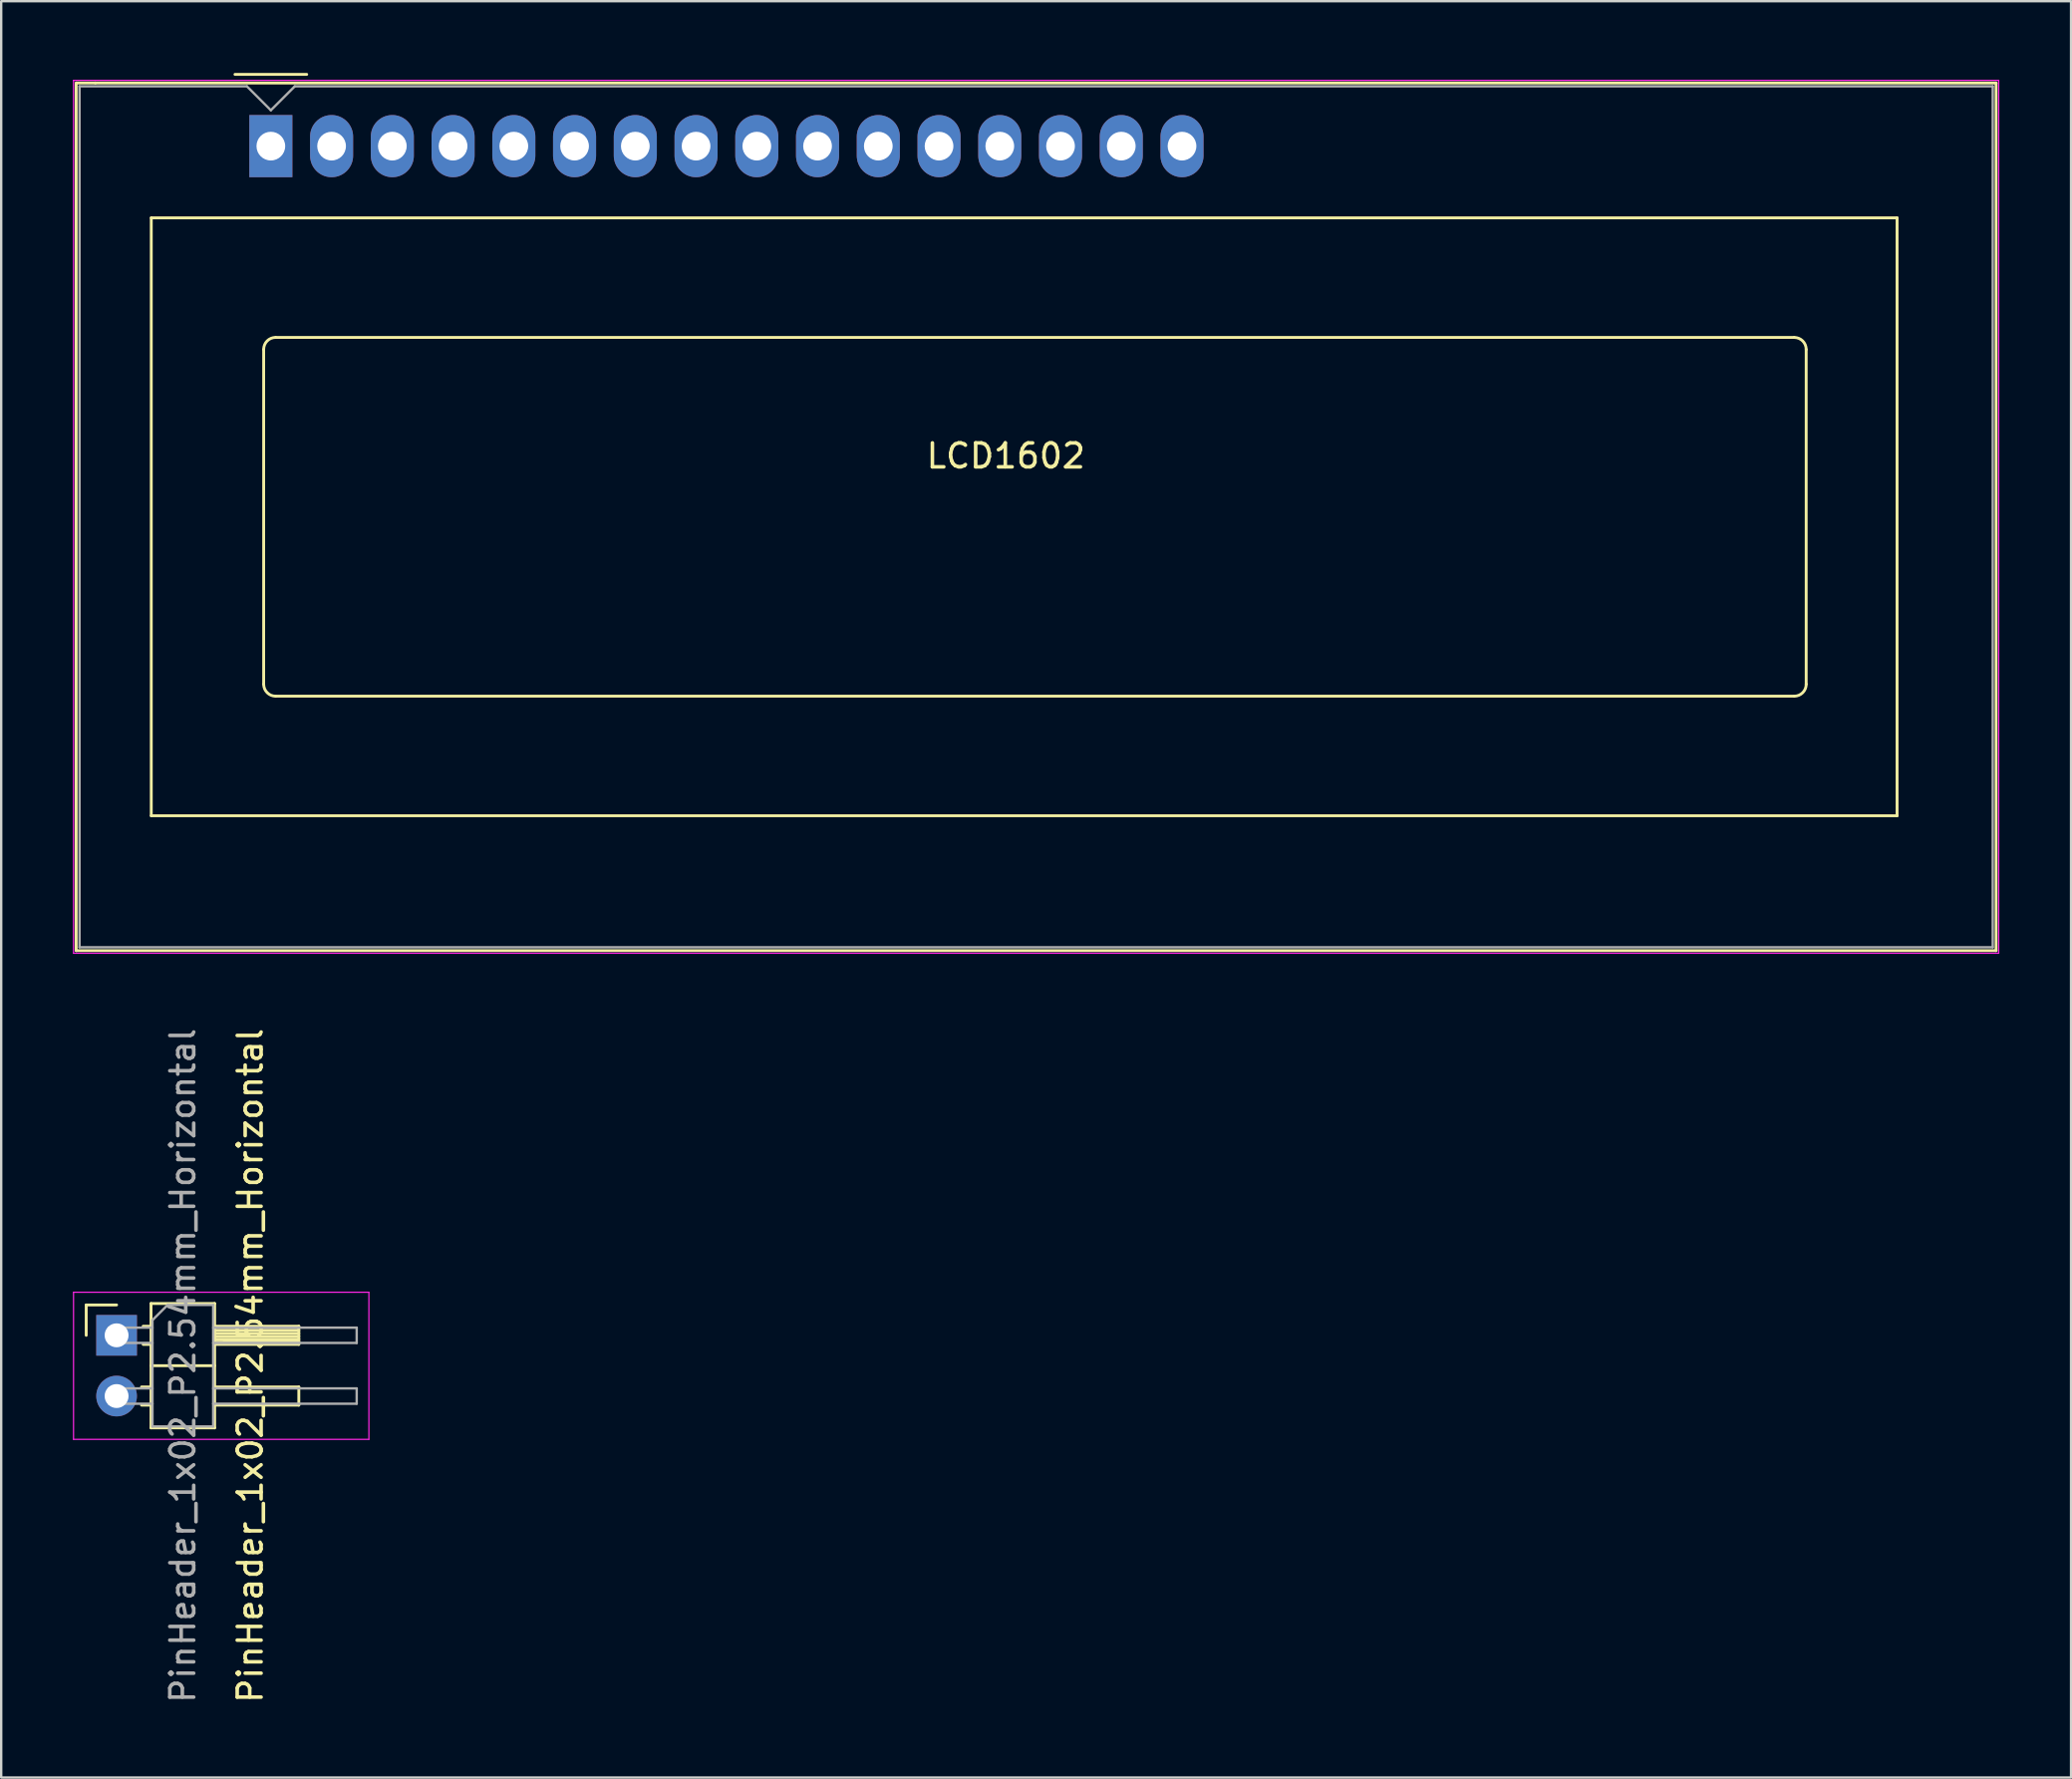
<source format=kicad_pcb>
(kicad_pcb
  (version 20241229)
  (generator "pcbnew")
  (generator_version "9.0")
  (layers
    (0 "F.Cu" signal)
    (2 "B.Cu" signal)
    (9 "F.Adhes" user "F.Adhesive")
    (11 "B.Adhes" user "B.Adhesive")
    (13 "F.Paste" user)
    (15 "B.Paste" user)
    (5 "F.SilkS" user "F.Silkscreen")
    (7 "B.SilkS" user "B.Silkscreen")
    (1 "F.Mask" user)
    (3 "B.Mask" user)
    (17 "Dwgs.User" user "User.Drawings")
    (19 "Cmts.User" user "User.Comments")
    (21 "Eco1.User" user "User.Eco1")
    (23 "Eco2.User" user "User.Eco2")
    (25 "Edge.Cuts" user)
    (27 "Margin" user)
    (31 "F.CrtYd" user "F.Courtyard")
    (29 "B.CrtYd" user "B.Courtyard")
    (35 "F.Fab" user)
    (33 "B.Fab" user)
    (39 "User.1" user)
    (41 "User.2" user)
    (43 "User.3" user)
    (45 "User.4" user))
  (footprint "LCD1602"
    (layer "F.Cu")
    (at 8.275 3.06)
    (property "Reference" "LCD1602" (at 30.734 12.954 0) (layer "F.SilkS") (effects (font (size 1 1) (thickness 0.15))))
    (attr through_hole)
    (fp_line (start -8.14 -2.64) (end -8.14 33.64) (stroke (width 0.12) (type solid)) (layer "F.SilkS"))
    (fp_line (start -8.14 33.64) (end 72.14 33.64) (stroke (width 0.12) (type solid)) (layer "F.SilkS"))
    (fp_line (start -8.13 -2.64) (end -7.34 -2.64) (stroke (width 0.12) (type solid)) (layer "F.SilkS"))
    (fp_line (start -5 3) (end 68 3) (stroke (width 0.12) (type solid)) (layer "F.SilkS"))
    (fp_line (start -5 28) (end -5 3) (stroke (width 0.12) (type solid)) (layer "F.SilkS"))
    (fp_line (start -1.5 -3) (end 1.5 -3) (stroke (width 0.12) (type solid)) (layer "F.SilkS"))
    (fp_line (start -0.3 22.499) (end -0.3 8.5) (stroke (width 0.12) (type solid)) (layer "F.SilkS"))
    (fp_line (start 0.2 8) (end 63.7 8) (stroke (width 0.12) (type solid)) (layer "F.SilkS"))
    (fp_line (start 63.701 23) (end 0.2 23) (stroke (width 0.12) (type solid)) (layer "F.SilkS"))
    (fp_line (start 64.2 8.5) (end 64.2 22.5) (stroke (width 0.12) (type solid)) (layer "F.SilkS"))
    (fp_line (start 68 3) (end 68 28) (stroke (width 0.12) (type solid)) (layer "F.SilkS"))
    (fp_line (start 68 28) (end -5 28) (stroke (width 0.12) (type solid)) (layer "F.SilkS"))
    (fp_line (start 72.14 -2.64) (end -7.34 -2.64) (stroke (width 0.12) (type solid)) (layer "F.SilkS"))
    (fp_line (start 72.14 33.64) (end 72.14 -2.64) (stroke (width 0.12) (type solid)) (layer "F.SilkS"))
    (fp_arc (start -0.29972 8.49884) (mid -0.153162 8.145018) (end 0.20066 7.99846) (stroke (width 0.12) (type solid)) (layer "F.SilkS"))
    (fp_arc (start 0.20066 22.9997) (mid -0.153162 22.853142) (end -0.29972 22.49932) (stroke (width 0.12) (type solid)) (layer "F.SilkS"))
    (fp_arc (start 63.7 8) (mid 64.053553 8.146447) (end 64.2 8.5) (stroke (width 0.12) (type solid)) (layer "F.SilkS"))
    (fp_arc (start 64.20104 22.49932) (mid 64.054482 22.853142) (end 63.70066 22.9997) (stroke (width 0.12) (type solid)) (layer "F.SilkS"))
    (fp_line (start -8.25 -2.75) (end -8.25 33.75) (stroke (width 0.05) (type solid)) (layer "F.CrtYd"))
    (fp_line (start -8.25 -2.75) (end 72.25 -2.75) (stroke (width 0.05) (type solid)) (layer "F.CrtYd"))
    (fp_line (start -8.25 33.75) (end 72.25 33.75) (stroke (width 0.05) (type solid)) (layer "F.CrtYd"))
    (fp_line (start 72.25 -2.75) (end 72.25 33.75) (stroke (width 0.05) (type solid)) (layer "F.CrtYd"))
    (fp_line (start -8 33.5) (end -8 -2.5) (stroke (width 0.1) (type solid)) (layer "F.Fab"))
    (fp_line (start -1 -2.5) (end -8 -2.5) (stroke (width 0.1) (type solid)) (layer "F.Fab"))
    (fp_line (start 0 -1.5) (end -1 -2.5) (stroke (width 0.1) (type solid)) (layer "F.Fab"))
    (fp_line (start 1 -2.5) (end 0 -1.5) (stroke (width 0.1) (type solid)) (layer "F.Fab"))
    (fp_line (start 1 -2.5) (end 72 -2.5) (stroke (width 0.1) (type solid)) (layer "F.Fab"))
    (fp_line (start 72 -2.5) (end 72 33.5) (stroke (width 0.1) (type solid)) (layer "F.Fab"))
    (fp_line (start 72 33.5) (end -8 33.5) (stroke (width 0.1) (type solid)) (layer "F.Fab"))
    (pad "1" thru_hole rect (at 0 0) (size 1.8 2.6) (drill 1.2) (layers "*.Cu" "*.Mask"))
    (pad "2" thru_hole oval (at 2.54 0) (size 1.8 2.6) (drill 1.2) (layers "*.Cu" "*.Mask"))
    (pad "3" thru_hole oval (at 5.08 0) (size 1.8 2.6) (drill 1.2) (layers "*.Cu" "*.Mask"))
    (pad "4" thru_hole oval (at 7.62 0) (size 1.8 2.6) (drill 1.2) (layers "*.Cu" "*.Mask"))
    (pad "5" thru_hole oval (at 10.16 0) (size 1.8 2.6) (drill 1.2) (layers "*.Cu" "*.Mask"))
    (pad "6" thru_hole oval (at 12.7 0) (size 1.8 2.6) (drill 1.2) (layers "*.Cu" "*.Mask"))
    (pad "7" thru_hole oval (at 15.24 0) (size 1.8 2.6) (drill 1.2) (layers "*.Cu" "*.Mask"))
    (pad "8" thru_hole oval (at 17.78 0) (size 1.8 2.6) (drill 1.2) (layers "*.Cu" "*.Mask"))
    (pad "9" thru_hole oval (at 20.32 0) (size 1.8 2.6) (drill 1.2) (layers "*.Cu" "*.Mask"))
    (pad "10" thru_hole oval (at 22.86 0) (size 1.8 2.6) (drill 1.2) (layers "*.Cu" "*.Mask"))
    (pad "11" thru_hole oval (at 25.4 0) (size 1.8 2.6) (drill 1.2) (layers "*.Cu" "*.Mask"))
    (pad "12" thru_hole oval (at 27.94 0) (size 1.8 2.6) (drill 1.2) (layers "*.Cu" "*.Mask"))
    (pad "13" thru_hole oval (at 30.48 0) (size 1.8 2.6) (drill 1.2) (layers "*.Cu" "*.Mask"))
    (pad "14" thru_hole oval (at 33.02 0) (size 1.8 2.6) (drill 1.2) (layers "*.Cu" "*.Mask"))
    (pad "15" thru_hole oval (at 35.56 0) (size 1.8 2.6) (drill 1.2) (layers "*.Cu" "*.Mask"))
    (pad "16" thru_hole oval (at 38.1 0) (size 1.8 2.6) (drill 1.2) (layers "*.Cu" "*.Mask")))
  (footprint "PinHeader_1x02_P2.54mm_Horizontal"
    (layer "F.Cu")
    (at 1.825 52.785)
    (property "Reference" "PinHeader_1x02_P2.54mm_Horizontal" (at 5.588 1.27 270) (layer "F.SilkS") (effects (font (size 1 1) (thickness 0.15))))
    (attr through_hole)
    (fp_line (start -1.27 -1.27) (end 0 -1.27) (stroke (width 0.12) (type solid)) (layer "F.SilkS"))
    (fp_line (start -1.27 0) (end -1.27 -1.27) (stroke (width 0.12) (type solid)) (layer "F.SilkS"))
    (fp_line (start 1.043 2.16) (end 1.44 2.16) (stroke (width 0.12) (type solid)) (layer "F.SilkS"))
    (fp_line (start 1.043 2.92) (end 1.44 2.92) (stroke (width 0.12) (type solid)) (layer "F.SilkS"))
    (fp_line (start 1.11 -0.38) (end 1.44 -0.38) (stroke (width 0.12) (type solid)) (layer "F.SilkS"))
    (fp_line (start 1.11 0.38) (end 1.44 0.38) (stroke (width 0.12) (type solid)) (layer "F.SilkS"))
    (fp_line (start 1.44 -1.33) (end 1.44 3.87) (stroke (width 0.12) (type solid)) (layer "F.SilkS"))
    (fp_line (start 1.44 1.27) (end 4.1 1.27) (stroke (width 0.12) (type solid)) (layer "F.SilkS"))
    (fp_line (start 1.44 3.87) (end 4.1 3.87) (stroke (width 0.12) (type solid)) (layer "F.SilkS"))
    (fp_line (start 4.1 -1.33) (end 1.44 -1.33) (stroke (width 0.12) (type solid)) (layer "F.SilkS"))
    (fp_line (start 4.1 -0.38) (end 7.62 -0.38) (stroke (width 0.12) (type solid)) (layer "F.SilkS"))
    (fp_line (start 4.1 -0.32) (end 7.62 -0.32) (stroke (width 0.12) (type solid)) (layer "F.SilkS"))
    (fp_line (start 4.1 -0.2) (end 7.62 -0.2) (stroke (width 0.12) (type solid)) (layer "F.SilkS"))
    (fp_line (start 4.1 -0.08) (end 7.62 -0.08) (stroke (width 0.12) (type solid)) (layer "F.SilkS"))
    (fp_line (start 4.1 0.04) (end 7.62 0.04) (stroke (width 0.12) (type solid)) (layer "F.SilkS"))
    (fp_line (start 4.1 0.16) (end 7.62 0.16) (stroke (width 0.12) (type solid)) (layer "F.SilkS"))
    (fp_line (start 4.1 0.28) (end 7.62 0.254) (stroke (width 0.12) (type solid)) (layer "F.SilkS"))
    (fp_line (start 4.1 2.16) (end 7.62 2.16) (stroke (width 0.12) (type solid)) (layer "F.SilkS"))
    (fp_line (start 4.1 3.87) (end 4.1 -1.33) (stroke (width 0.12) (type solid)) (layer "F.SilkS"))
    (fp_line (start 7.62 -0.38) (end 7.62 0.38) (stroke (width 0.12) (type solid)) (layer "F.SilkS"))
    (fp_line (start 7.62 0.38) (end 4.1 0.38) (stroke (width 0.12) (type solid)) (layer "F.SilkS"))
    (fp_line (start 7.62 2.16) (end 7.62 2.92) (stroke (width 0.12) (type solid)) (layer "F.SilkS"))
    (fp_line (start 7.62 2.92) (end 4.1 2.92) (stroke (width 0.12) (type solid)) (layer "F.SilkS"))
    (fp_line (start -1.8 -1.8) (end -1.8 4.35) (stroke (width 0.05) (type solid)) (layer "F.CrtYd"))
    (fp_line (start -1.8 4.35) (end 10.55 4.35) (stroke (width 0.05) (type solid)) (layer "F.CrtYd"))
    (fp_line (start 10.55 -1.8) (end -1.8 -1.8) (stroke (width 0.05) (type solid)) (layer "F.CrtYd"))
    (fp_line (start 10.55 4.35) (end 10.55 -1.8) (stroke (width 0.05) (type solid)) (layer "F.CrtYd"))
    (fp_line (start -0.32 -0.32) (end -0.32 0.32) (stroke (width 0.1) (type solid)) (layer "F.Fab"))
    (fp_line (start -0.32 -0.32) (end 1.5 -0.32) (stroke (width 0.1) (type solid)) (layer "F.Fab"))
    (fp_line (start -0.32 0.32) (end 1.5 0.32) (stroke (width 0.1) (type solid)) (layer "F.Fab"))
    (fp_line (start -0.32 2.22) (end -0.32 2.86) (stroke (width 0.1) (type solid)) (layer "F.Fab"))
    (fp_line (start -0.32 2.22) (end 1.5 2.22) (stroke (width 0.1) (type solid)) (layer "F.Fab"))
    (fp_line (start -0.32 2.86) (end 1.5 2.86) (stroke (width 0.1) (type solid)) (layer "F.Fab"))
    (fp_line (start 1.5 -0.635) (end 2.135 -1.27) (stroke (width 0.1) (type solid)) (layer "F.Fab"))
    (fp_line (start 1.5 3.81) (end 1.5 -0.635) (stroke (width 0.1) (type solid)) (layer "F.Fab"))
    (fp_line (start 2.135 -1.27) (end 4.04 -1.27) (stroke (width 0.1) (type solid)) (layer "F.Fab"))
    (fp_line (start 4.04 -1.27) (end 4.04 3.81) (stroke (width 0.1) (type solid)) (layer "F.Fab"))
    (fp_line (start 4.04 -0.32) (end 10.04 -0.32) (stroke (width 0.1) (type solid)) (layer "F.Fab"))
    (fp_line (start 4.04 0.32) (end 10.04 0.32) (stroke (width 0.1) (type solid)) (layer "F.Fab"))
    (fp_line (start 4.04 2.22) (end 10.04 2.22) (stroke (width 0.1) (type solid)) (layer "F.Fab"))
    (fp_line (start 4.04 2.86) (end 10.04 2.86) (stroke (width 0.1) (type solid)) (layer "F.Fab"))
    (fp_line (start 4.04 3.81) (end 1.5 3.81) (stroke (width 0.1) (type solid)) (layer "F.Fab"))
    (fp_line (start 10.04 -0.32) (end 10.04 0.32) (stroke (width 0.1) (type solid)) (layer "F.Fab"))
    (fp_line (start 10.04 2.22) (end 10.04 2.86) (stroke (width 0.1) (type solid)) (layer "F.Fab"))
    (fp_text user "${REFERENCE}" (at 2.77 1.27 270) (layer "F.Fab") (effects (font (size 1 1) (thickness 0.15))))
    (pad "1" thru_hole rect (at 0 0) (size 1.7 1.7) (drill 1) (layers "*.Cu" "*.Mask"))
    (pad "2" thru_hole oval (at 0 2.54) (size 1.7 1.7) (drill 1) (layers "*.Cu" "*.Mask")))
  (gr_rect
    (start -3 -3)
    (end 83.55 71.275)
    (stroke (width 0.1) (type default))
    (fill no)
    (layer "Edge.Cuts")))
</source>
